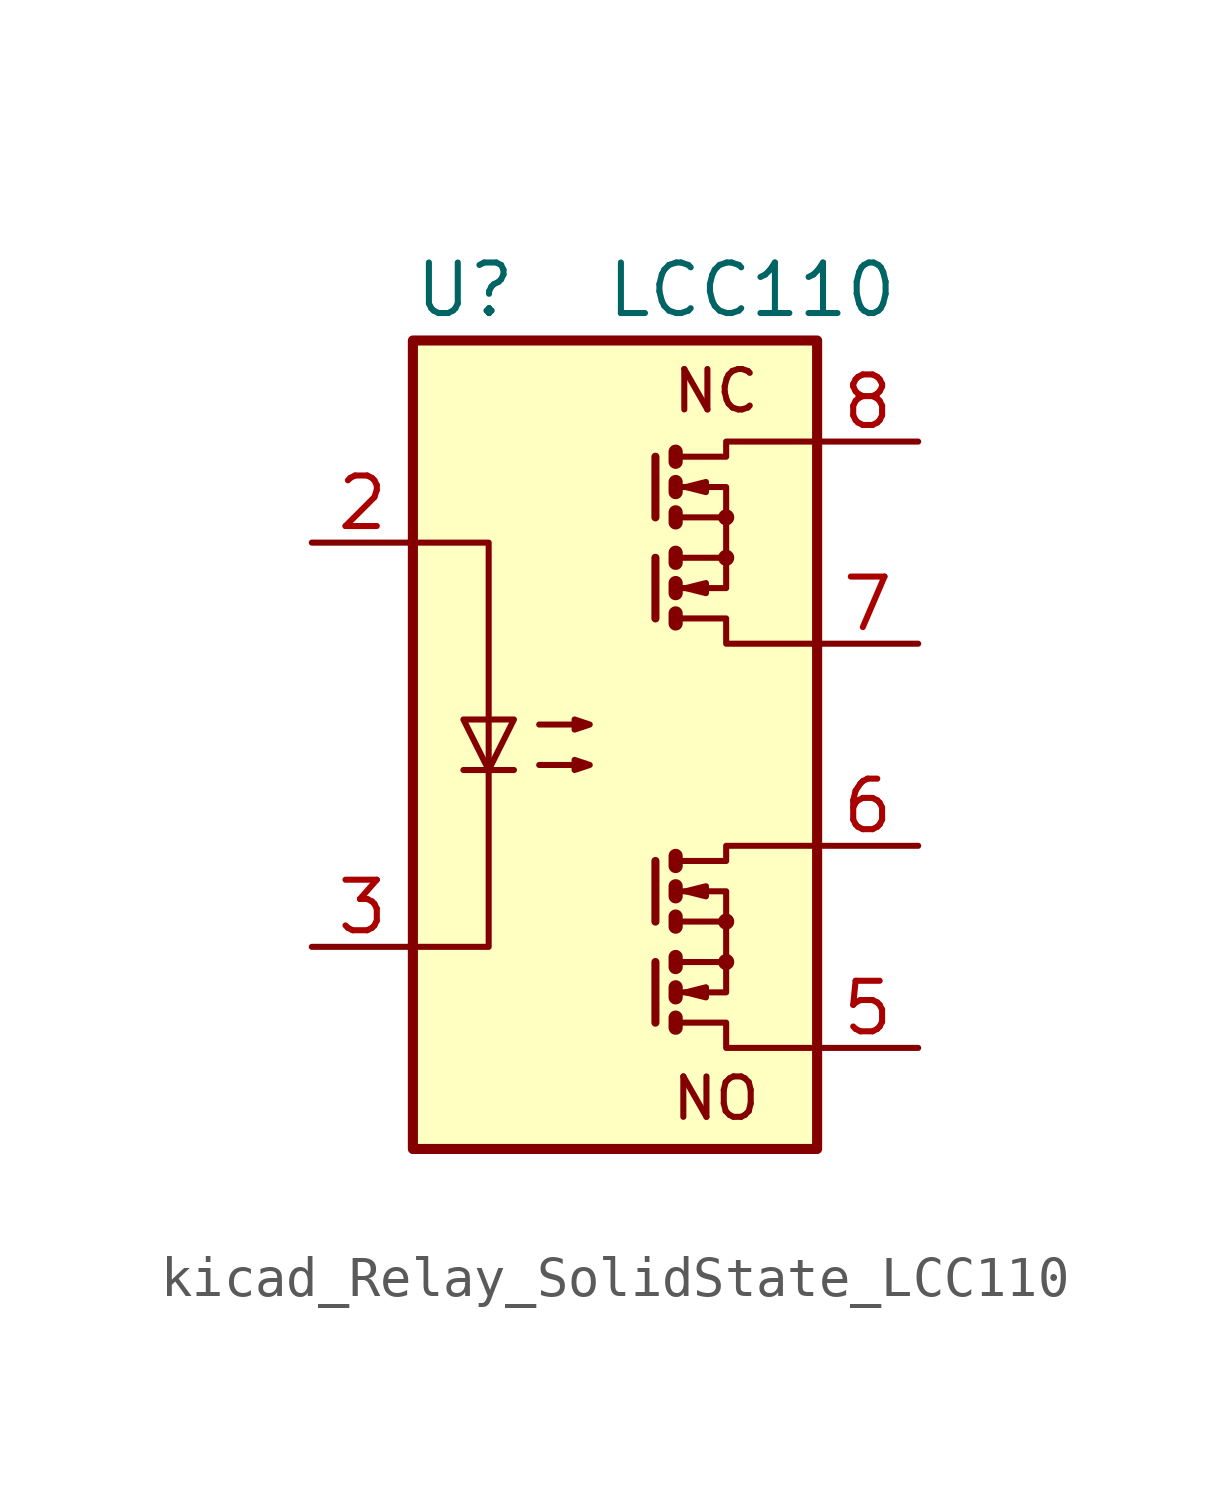
<source format=kicad_sym>
(kicad_symbol_lib
  (version 20220914)
  (generator kicad_symbol_editor)
  (symbol "kicad_Relay_SolidState_LCC110"
    (property "Reference" "U"
      (at -5.08 11.43 0)
      (effects (font (size 1.27 1.27)) (justify left)))
    (property "Value" "LCC110"
      (at -0.254 11.43 0)
      (effects (font (size 1.27 1.27)) (justify left)))
    (symbol "kicad_Relay_SolidState_LCC110_0_0"
      (text "NC" (at 2.54 8.89 0) (effects (font (size 1.016 1.016))))
      (text "NO" (at 2.54 -8.89 0) (effects (font (size 1.016 1.016)))))
    (symbol "kicad_Relay_SolidState_LCC110_0_1"
      (polyline (pts (xy -3.81 -0.635) (xy -2.54 -0.635)) (stroke (width 0) (type default)) (fill (type none)))
      (polyline (pts (xy 1.016 -5.461) (xy 1.016 -6.985)) (stroke (width 0.203) (type default)) (fill (type none)))
      (polyline (pts (xy 1.016 -2.921) (xy 1.016 -4.445)) (stroke (width 0.203) (type default)) (fill (type none)))
      (polyline (pts (xy 1.016 4.699) (xy 1.016 3.175)) (stroke (width 0.203) (type default)) (fill (type none)))
      (polyline (pts (xy 1.016 7.239) (xy 1.016 5.715)) (stroke (width 0.203) (type default)) (fill (type none)))
      (polyline (pts (xy 1.524 -6.858) (xy 1.524 -7.112) (xy 1.524 -7.112)) (stroke (width 0.356) (type default)) (fill (type none)))
      (polyline (pts (xy 1.524 -6.096) (xy 1.524 -6.35) (xy 1.524 -6.35)) (stroke (width 0.356) (type default)) (fill (type none)))
      (polyline (pts (xy 1.524 -5.334) (xy 1.524 -5.588) (xy 1.524 -5.588)) (stroke (width 0.356) (type default)) (fill (type none)))
      (polyline (pts (xy 1.524 -4.318) (xy 1.524 -4.572) (xy 1.524 -4.572)) (stroke (width 0.356) (type default)) (fill (type none)))
      (polyline (pts (xy 1.524 -3.556) (xy 1.524 -3.81) (xy 1.524 -3.81)) (stroke (width 0.356) (type default)) (fill (type none)))
      (polyline (pts (xy 1.524 -2.794) (xy 1.524 -3.048) (xy 1.524 -3.048)) (stroke (width 0.356) (type default)) (fill (type none)))
      (polyline (pts (xy 1.524 3.302) (xy 1.524 3.048) (xy 1.524 3.048)) (stroke (width 0.356) (type default)) (fill (type none)))
      (polyline (pts (xy 1.524 4.064) (xy 1.524 3.81) (xy 1.524 3.81)) (stroke (width 0.356) (type default)) (fill (type none)))
      (polyline (pts (xy 1.524 4.826) (xy 1.524 4.572) (xy 1.524 4.572)) (stroke (width 0.356) (type default)) (fill (type none)))
      (polyline (pts (xy 1.524 5.842) (xy 1.524 5.588) (xy 1.524 5.588)) (stroke (width 0.356) (type default)) (fill (type none)))
      (polyline (pts (xy 1.524 6.604) (xy 1.524 6.35) (xy 1.524 6.35)) (stroke (width 0.356) (type default)) (fill (type none)))
      (polyline (pts (xy 1.524 7.366) (xy 1.524 7.112) (xy 1.524 7.112)) (stroke (width 0.356) (type default)) (fill (type none)))
      (polyline (pts (xy 1.651 -3.683) (xy 2.794 -3.683) (xy 2.794 -4.445)) (stroke (width 0) (type default)) (fill (type none)))
      (polyline (pts (xy 1.651 6.477) (xy 2.794 6.477) (xy 2.794 5.715)) (stroke (width 0) (type default)) (fill (type none)))
      (polyline (pts (xy -5.08 5.08) (xy -3.175 5.08) (xy -3.175 -5.08) (xy -5.08 -5.08)) (stroke (width 0) (type default)) (fill (type none)))
      (polyline (pts (xy -3.175 -0.635) (xy -3.81 0.635) (xy -2.54 0.635) (xy -3.175 -0.635)) (stroke (width 0) (type default)) (fill (type none)))
      (polyline (pts (xy 1.651 -2.921) (xy 2.794 -2.921) (xy 2.794 -2.54) (xy 5.08 -2.54)) (stroke (width 0) (type default)) (fill (type none)))
      (polyline (pts (xy 1.651 7.239) (xy 2.794 7.239) (xy 2.794 7.62) (xy 5.08 7.62)) (stroke (width 0) (type default)) (fill (type none)))
      (polyline (pts (xy 1.778 -6.223) (xy 2.286 -6.096) (xy 2.286 -6.35) (xy 1.778 -6.223)) (stroke (width 0) (type default)) (fill (type none)))
      (polyline (pts (xy 1.778 -3.683) (xy 2.286 -3.556) (xy 2.286 -3.81) (xy 1.778 -3.683)) (stroke (width 0) (type default)) (fill (type none)))
      (polyline (pts (xy 1.778 3.937) (xy 2.286 4.064) (xy 2.286 3.81) (xy 1.778 3.937)) (stroke (width 0) (type default)) (fill (type none)))
      (polyline (pts (xy 1.778 6.477) (xy 2.286 6.604) (xy 2.286 6.35) (xy 1.778 6.477)) (stroke (width 0) (type default)) (fill (type none)))
      (polyline (pts (xy -1.905 -0.508) (xy -0.635 -0.508) (xy -1.016 -0.635) (xy -1.016 -0.381) (xy -0.635 -0.508)) (stroke (width 0) (type default)) (fill (type none)))
      (polyline (pts (xy -1.905 0.508) (xy -0.635 0.508) (xy -1.016 0.381) (xy -1.016 0.635) (xy -0.635 0.508)) (stroke (width 0) (type default)) (fill (type none)))
      (circle (center 2.794 -5.461) (radius 0.127) (stroke (width 0) (type default)) (fill (type none)))
      (circle (center 2.794 -4.445) (radius 0.127) (stroke (width 0) (type default)) (fill (type none)))
      (circle (center 2.794 4.699) (radius 0.127) (stroke (width 0) (type default)) (fill (type none)))
      (circle (center 2.794 5.715) (radius 0.127) (stroke (width 0) (type default)) (fill (type none)))
      (rectangle (start 5.08 -10.16) (end -5.08 10.16) (stroke (width 0.254) (type default)) (fill (type background))))
    (symbol "kicad_Relay_SolidState_LCC110_1_1"
      (polyline (pts (xy 1.524 -6.223) (xy 2.794 -6.223) (xy 2.794 -5.461)) (stroke (width 0) (type default)) (fill (type none)))
      (polyline (pts (xy 1.524 3.937) (xy 2.794 3.937) (xy 2.794 4.699)) (stroke (width 0) (type default)) (fill (type none)))
      (polyline (pts (xy 1.524 -6.985) (xy 2.794 -6.985) (xy 2.794 -7.62) (xy 5.08 -7.62)) (stroke (width 0) (type default)) (fill (type none)))
      (polyline (pts (xy 1.524 -4.445) (xy 2.794 -4.445) (xy 2.794 -5.461) (xy 1.524 -5.461)) (stroke (width 0) (type default)) (fill (type none)))
      (polyline (pts (xy 1.524 3.175) (xy 2.794 3.175) (xy 2.794 2.54) (xy 5.08 2.54)) (stroke (width 0) (type default)) (fill (type none)))
      (polyline (pts (xy 1.524 5.715) (xy 2.794 5.715) (xy 2.794 4.699) (xy 1.524 4.699)) (stroke (width 0) (type default)) (fill (type none)))
      (pin no_connect line (at -5.08 7.62 0) (length 2.54) hide (name "nc" (effects (font (size 1.27 1.27)))) (number "1" (effects (font (size 1.27 1.27)))))
      (pin passive line (at -7.62 5.08 0) (length 2.54) (name "~" (effects (font (size 1.27 1.27)))) (number "2" (effects (font (size 1.27 1.27)))))
      (pin passive line (at -7.62 -5.08 0) (length 2.54) (name "~" (effects (font (size 1.27 1.27)))) (number "3" (effects (font (size 1.27 1.27)))))
      (pin no_connect line (at -5.08 -7.62 0) (length 2.54) hide (name "nc" (effects (font (size 1.27 1.27)))) (number "4" (effects (font (size 1.27 1.27)))))
      (pin passive line (at 7.62 -7.62 180) (length 2.54) (name "~" (effects (font (size 1.27 1.27)))) (number "5" (effects (font (size 1.27 1.27)))))
      (pin passive line (at 7.62 -2.54 180) (length 2.54) (name "~" (effects (font (size 1.27 1.27)))) (number "6" (effects (font (size 1.27 1.27)))))
      (pin passive line (at 7.62 2.54 180) (length 2.54) (name "~" (effects (font (size 1.27 1.27)))) (number "7" (effects (font (size 1.27 1.27)))))
      (pin passive line (at 7.62 7.62 180) (length 2.54) (name "~" (effects (font (size 1.27 1.27)))) (number "8" (effects (font (size 1.27 1.27))))))))
</source>
